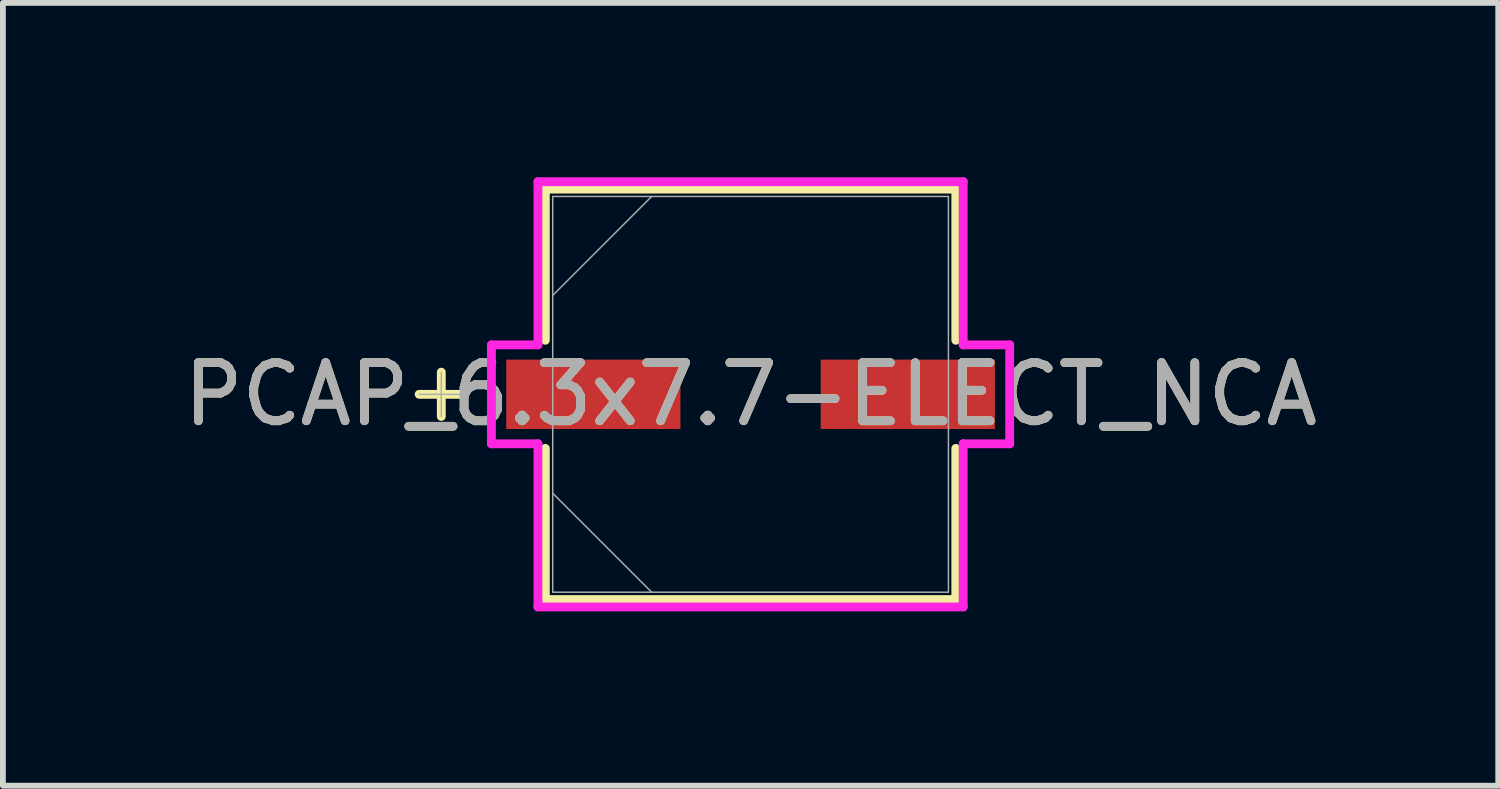
<source format=kicad_pcb>
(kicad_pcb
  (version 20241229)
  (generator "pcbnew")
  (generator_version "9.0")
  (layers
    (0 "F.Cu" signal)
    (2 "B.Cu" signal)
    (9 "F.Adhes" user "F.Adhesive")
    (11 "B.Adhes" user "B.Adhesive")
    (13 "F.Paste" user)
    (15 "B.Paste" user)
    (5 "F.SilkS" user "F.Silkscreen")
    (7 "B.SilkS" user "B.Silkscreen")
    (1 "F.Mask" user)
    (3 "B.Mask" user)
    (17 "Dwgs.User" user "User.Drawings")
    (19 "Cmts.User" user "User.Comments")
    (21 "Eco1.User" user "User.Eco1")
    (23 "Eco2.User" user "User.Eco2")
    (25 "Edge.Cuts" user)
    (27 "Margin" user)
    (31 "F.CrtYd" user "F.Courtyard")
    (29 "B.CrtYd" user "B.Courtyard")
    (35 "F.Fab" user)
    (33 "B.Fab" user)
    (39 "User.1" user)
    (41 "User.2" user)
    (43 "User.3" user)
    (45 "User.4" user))
  (footprint "PCAP_6.3x7.7-ELECT_NCA"
    (layer "F.Cu")
    (at 9.863 3.734)
    (property "Reference" "PCAP_6.3x7.7-ELECT_NCA" (at 0 0 0) (unlocked yes) (layer "F.SilkS") (effects (font (size 1 1) (thickness 0.15))))
    (attr smd)
    (fp_line (start -5.321 -0.381) (end -5.321 0.381) (stroke (width 0.152) (type solid)) (layer "F.SilkS"))
    (fp_line (start -4.94 0) (end -5.702 0) (stroke (width 0.152) (type solid)) (layer "F.SilkS"))
    (fp_line (start -3.531 -3.531) (end -3.531 -0.93) (stroke (width 0.152) (type solid)) (layer "F.SilkS"))
    (fp_line (start -3.531 0.93) (end -3.531 3.531) (stroke (width 0.152) (type solid)) (layer "F.SilkS"))
    (fp_line (start -3.531 3.531) (end 3.531 3.531) (stroke (width 0.152) (type solid)) (layer "F.SilkS"))
    (fp_line (start 3.531 -3.531) (end -3.531 -3.531) (stroke (width 0.152) (type solid)) (layer "F.SilkS"))
    (fp_line (start 3.531 -0.93) (end 3.531 -3.531) (stroke (width 0.152) (type solid)) (layer "F.SilkS"))
    (fp_line (start 3.531 3.531) (end 3.531 0.93) (stroke (width 0.152) (type solid)) (layer "F.SilkS"))
    (fp_line (start -4.458 -0.851) (end -3.658 -0.851) (stroke (width 0.152) (type solid)) (layer "F.CrtYd"))
    (fp_line (start -4.458 0.851) (end -4.458 -0.851) (stroke (width 0.152) (type solid)) (layer "F.CrtYd"))
    (fp_line (start -3.658 -3.658) (end 3.658 -3.658) (stroke (width 0.152) (type solid)) (layer "F.CrtYd"))
    (fp_line (start -3.658 -0.851) (end -3.658 -3.658) (stroke (width 0.152) (type solid)) (layer "F.CrtYd"))
    (fp_line (start -3.658 0.851) (end -4.458 0.851) (stroke (width 0.152) (type solid)) (layer "F.CrtYd"))
    (fp_line (start -3.658 3.658) (end -3.658 0.851) (stroke (width 0.152) (type solid)) (layer "F.CrtYd"))
    (fp_line (start 3.658 -3.658) (end 3.658 -0.851) (stroke (width 0.152) (type solid)) (layer "F.CrtYd"))
    (fp_line (start 3.658 -0.851) (end 4.458 -0.851) (stroke (width 0.152) (type solid)) (layer "F.CrtYd"))
    (fp_line (start 3.658 0.851) (end 3.658 3.658) (stroke (width 0.152) (type solid)) (layer "F.CrtYd"))
    (fp_line (start 3.658 3.658) (end -3.658 3.658) (stroke (width 0.152) (type solid)) (layer "F.CrtYd"))
    (fp_line (start 4.458 -0.851) (end 4.458 0.851) (stroke (width 0.152) (type solid)) (layer "F.CrtYd"))
    (fp_line (start 4.458 0.851) (end 3.658 0.851) (stroke (width 0.152) (type solid)) (layer "F.CrtYd"))
    (fp_line (start -5.321 -0.381) (end -5.321 0.381) (stroke (width 0.025) (type solid)) (layer "F.Fab"))
    (fp_line (start -4.94 0) (end -5.702 0) (stroke (width 0.025) (type solid)) (layer "F.Fab"))
    (fp_line (start -3.404 -3.404) (end -3.404 3.404) (stroke (width 0.025) (type solid)) (layer "F.Fab"))
    (fp_line (start -3.404 -1.702) (end -1.702 -3.404) (stroke (width 0.025) (type solid)) (layer "F.Fab"))
    (fp_line (start -3.404 1.702) (end -1.702 3.404) (stroke (width 0.025) (type solid)) (layer "F.Fab"))
    (fp_line (start -3.404 3.404) (end 3.404 3.404) (stroke (width 0.025) (type solid)) (layer "F.Fab"))
    (fp_line (start 3.404 -3.404) (end -3.404 -3.404) (stroke (width 0.025) (type solid)) (layer "F.Fab"))
    (fp_line (start 3.404 3.404) (end 3.404 -3.404) (stroke (width 0.025) (type solid)) (layer "F.Fab"))
    (fp_text user "${REFERENCE}" (at 0 0 0) (unlocked yes) (layer "F.Fab") (effects (font (size 1 1) (thickness 0.15))))
    (pad "1" smd rect (at -2.705 0) (size 2.997 1.194) (layers "F.Cu" "F.Mask" "F.Paste"))
    (pad "2" smd rect (at 2.705 0) (size 2.997 1.194) (layers "F.Cu" "F.Mask" "F.Paste"))
    (zone (net_name "") (layer "F.Cu") (hatch full 0.508) (connect_pads) (min_thickness 0.254) (filled_areas_thickness no) (keepout (tracks not_allowed) (vias not_allowed) (pads allowed) (copperpour not_allowed) (footprints allowed)) (placement (enabled no)) (fill) (polygon (pts (xy 6.51 0.381) (xy 13.216 0.381) (xy 13.216 3.086) (xy 6.51 3.086))))
    (zone (net_name "") (layer "F.Cu") (hatch full 0.508) (connect_pads) (min_thickness 0.254) (filled_areas_thickness no) (keepout (tracks not_allowed) (vias not_allowed) (pads allowed) (copperpour not_allowed) (footprints allowed)) (placement (enabled no)) (fill) (polygon (pts (xy 6.51 4.381) (xy 13.216 4.381) (xy 13.216 7.087) (xy 6.51 7.087))))
    (zone (net_name "") (layer "F.Cu") (hatch full 0.508) (connect_pads) (min_thickness 0.254) (filled_areas_thickness no) (keepout (tracks not_allowed) (vias not_allowed) (pads allowed) (copperpour not_allowed) (footprints allowed)) (placement (enabled no)) (fill) (polygon (pts (xy 8.707 3.086) (xy 11.019 3.086) (xy 11.019 4.381) (xy 8.707 4.381)))))
  (gr_rect
    (start -3 -3)
    (end 22.726 10.468)
    (stroke (width 0.1) (type default))
    (fill no)
    (layer "Edge.Cuts")))
</source>
